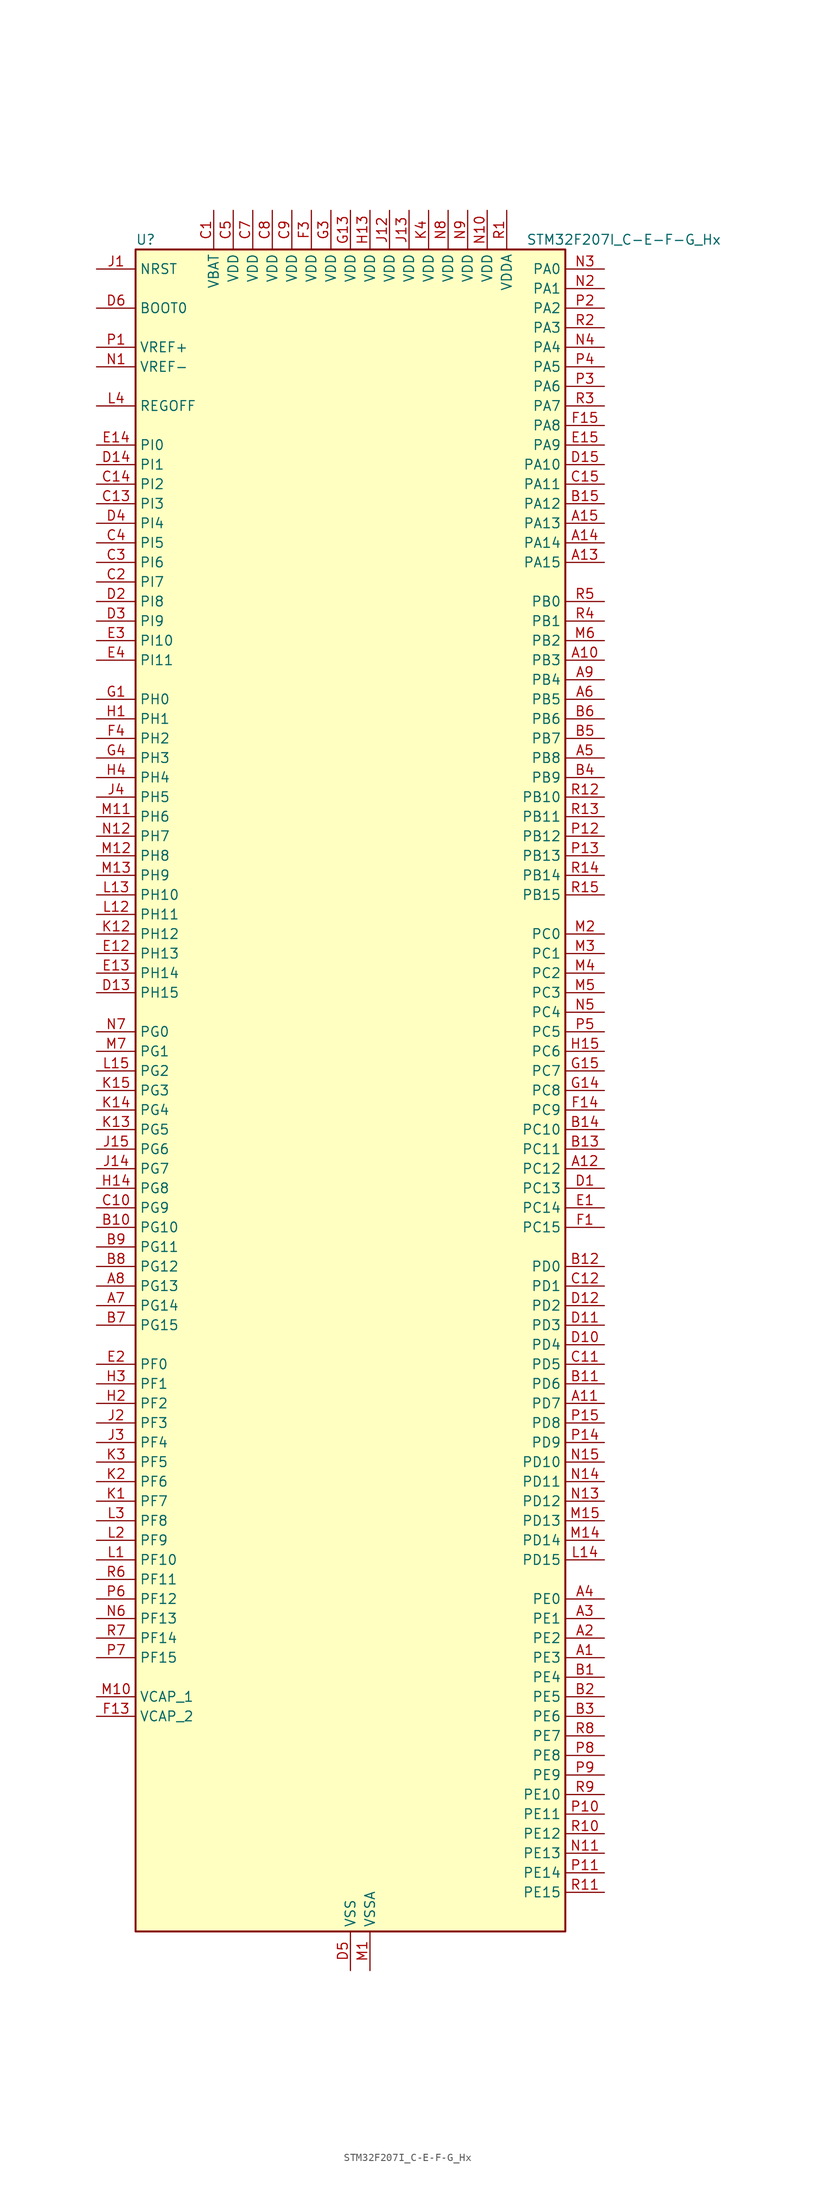
<source format=kicad_sym>
(kicad_symbol_lib
  (version 20220914)
  (generator kicad_symbol_editor)
  (symbol "STM32F207I_C-E-F-G_Hx"
    (property "Reference" "U"
      (at -27.94 110.49 0)
      (effects (font (size 1.27 1.27)) (justify left)))
    (property "Value" "STM32F207I_C-E-F-G_Hx"
      (at 22.86 110.49 0)
      (effects (font (size 1.27 1.27)) (justify left)))
    (property "ki_locked" ""
      (at 0 0 0)
      (effects (font (size 1.27 1.27))))
    (symbol "STM32F207I_C-E-F-G_Hx_0_1"
      (rectangle (start -27.94 -109.22) (end 27.94 109.22) (stroke (width 0.254) (type default)) (fill (type background))))
    (symbol "STM32F207I_C-E-F-G_Hx_1_1"
      (pin bidirectional line (at 33.02 -73.66 180) (length 5.08) (name "PE3" (effects (font (size 1.27 1.27)))) (number "A1" (effects (font (size 1.27 1.27)))) (alternate "FSMC_A19" bidirectional line) (alternate "SYS_TRACED0" bidirectional line))
      (pin bidirectional line (at 33.02 55.88 180) (length 5.08) (name "PB3" (effects (font (size 1.27 1.27)))) (number "A10" (effects (font (size 1.27 1.27)))) (alternate "I2S3_SCK" bidirectional line) (alternate "SPI1_SCK" bidirectional line) (alternate "SPI3_SCK" bidirectional line) (alternate "SYS_JTDO-SWO" bidirectional line) (alternate "TIM2_CH2" bidirectional line))
      (pin bidirectional line (at 33.02 -40.64 180) (length 5.08) (name "PD7" (effects (font (size 1.27 1.27)))) (number "A11" (effects (font (size 1.27 1.27)))) (alternate "FSMC_NCE2" bidirectional line) (alternate "FSMC_NE1" bidirectional line) (alternate "USART2_CK" bidirectional line))
      (pin bidirectional line (at 33.02 -10.16 180) (length 5.08) (name "PC12" (effects (font (size 1.27 1.27)))) (number "A12" (effects (font (size 1.27 1.27)))) (alternate "DCMI_D9" bidirectional line) (alternate "I2S3_SD" bidirectional line) (alternate "SDIO_CK" bidirectional line) (alternate "SPI3_MOSI" bidirectional line) (alternate "UART5_TX" bidirectional line) (alternate "USART3_CK" bidirectional line))
      (pin bidirectional line (at 33.02 68.58 180) (length 5.08) (name "PA15" (effects (font (size 1.27 1.27)))) (number "A13" (effects (font (size 1.27 1.27)))) (alternate "ADC1_EXTI15" bidirectional line) (alternate "ADC2_EXTI15" bidirectional line) (alternate "ADC3_EXTI15" bidirectional line) (alternate "I2S3_WS" bidirectional line) (alternate "SPI1_NSS" bidirectional line) (alternate "SPI3_NSS" bidirectional line) (alternate "SYS_JTDI" bidirectional line) (alternate "TIM2_CH1" bidirectional line) (alternate "TIM2_ETR" bidirectional line))
      (pin bidirectional line (at 33.02 71.12 180) (length 5.08) (name "PA14" (effects (font (size 1.27 1.27)))) (number "A14" (effects (font (size 1.27 1.27)))) (alternate "SYS_JTCK-SWCLK" bidirectional line))
      (pin bidirectional line (at 33.02 73.66 180) (length 5.08) (name "PA13" (effects (font (size 1.27 1.27)))) (number "A15" (effects (font (size 1.27 1.27)))) (alternate "SYS_JTMS-SWDIO" bidirectional line))
      (pin bidirectional line (at 33.02 -71.12 180) (length 5.08) (name "PE2" (effects (font (size 1.27 1.27)))) (number "A2" (effects (font (size 1.27 1.27)))) (alternate "ETH_TXD3" bidirectional line) (alternate "FSMC_A23" bidirectional line) (alternate "SYS_TRACECLK" bidirectional line))
      (pin bidirectional line (at 33.02 -68.58 180) (length 5.08) (name "PE1" (effects (font (size 1.27 1.27)))) (number "A3" (effects (font (size 1.27 1.27)))) (alternate "DCMI_D3" bidirectional line) (alternate "FSMC_NBL1" bidirectional line))
      (pin bidirectional line (at 33.02 -66.04 180) (length 5.08) (name "PE0" (effects (font (size 1.27 1.27)))) (number "A4" (effects (font (size 1.27 1.27)))) (alternate "DCMI_D2" bidirectional line) (alternate "FSMC_NBL0" bidirectional line) (alternate "TIM4_ETR" bidirectional line))
      (pin bidirectional line (at 33.02 43.18 180) (length 5.08) (name "PB8" (effects (font (size 1.27 1.27)))) (number "A5" (effects (font (size 1.27 1.27)))) (alternate "CAN1_RX" bidirectional line) (alternate "DCMI_D6" bidirectional line) (alternate "ETH_TXD3" bidirectional line) (alternate "I2C1_SCL" bidirectional line) (alternate "SDIO_D4" bidirectional line) (alternate "TIM10_CH1" bidirectional line) (alternate "TIM4_CH3" bidirectional line))
      (pin bidirectional line (at 33.02 50.8 180) (length 5.08) (name "PB5" (effects (font (size 1.27 1.27)))) (number "A6" (effects (font (size 1.27 1.27)))) (alternate "CAN2_RX" bidirectional line) (alternate "DCMI_D10" bidirectional line) (alternate "ETH_PPS_OUT" bidirectional line) (alternate "I2C1_SMBA" bidirectional line) (alternate "I2S3_SD" bidirectional line) (alternate "SPI1_MOSI" bidirectional line) (alternate "SPI3_MOSI" bidirectional line) (alternate "TIM3_CH2" bidirectional line) (alternate "USB_OTG_HS_ULPI_D7" bidirectional line))
      (pin bidirectional line (at -33.02 -27.94 0) (length 5.08) (name "PG14" (effects (font (size 1.27 1.27)))) (number "A7" (effects (font (size 1.27 1.27)))) (alternate "ETH_TXD1" bidirectional line) (alternate "FSMC_A25" bidirectional line) (alternate "USART6_TX" bidirectional line))
      (pin bidirectional line (at -33.02 -25.4 0) (length 5.08) (name "PG13" (effects (font (size 1.27 1.27)))) (number "A8" (effects (font (size 1.27 1.27)))) (alternate "ETH_TXD0" bidirectional line) (alternate "FSMC_A24" bidirectional line) (alternate "USART6_CTS" bidirectional line))
      (pin bidirectional line (at 33.02 53.34 180) (length 5.08) (name "PB4" (effects (font (size 1.27 1.27)))) (number "A9" (effects (font (size 1.27 1.27)))) (alternate "SPI1_MISO" bidirectional line) (alternate "SPI3_MISO" bidirectional line) (alternate "SYS_JTRST" bidirectional line) (alternate "TIM3_CH1" bidirectional line))
      (pin bidirectional line (at 33.02 -76.2 180) (length 5.08) (name "PE4" (effects (font (size 1.27 1.27)))) (number "B1" (effects (font (size 1.27 1.27)))) (alternate "DCMI_D4" bidirectional line) (alternate "FSMC_A20" bidirectional line) (alternate "SYS_TRACED1" bidirectional line))
      (pin bidirectional line (at -33.02 -17.78 0) (length 5.08) (name "PG10" (effects (font (size 1.27 1.27)))) (number "B10" (effects (font (size 1.27 1.27)))) (alternate "FSMC_NCE4_1" bidirectional line) (alternate "FSMC_NE3" bidirectional line))
      (pin bidirectional line (at 33.02 -38.1 180) (length 5.08) (name "PD6" (effects (font (size 1.27 1.27)))) (number "B11" (effects (font (size 1.27 1.27)))) (alternate "FSMC_NWAIT" bidirectional line) (alternate "USART2_RX" bidirectional line))
      (pin bidirectional line (at 33.02 -22.86 180) (length 5.08) (name "PD0" (effects (font (size 1.27 1.27)))) (number "B12" (effects (font (size 1.27 1.27)))) (alternate "CAN1_RX" bidirectional line) (alternate "FSMC_D2" bidirectional line) (alternate "FSMC_DA2" bidirectional line))
      (pin bidirectional line (at 33.02 -7.62 180) (length 5.08) (name "PC11" (effects (font (size 1.27 1.27)))) (number "B13" (effects (font (size 1.27 1.27)))) (alternate "ADC1_EXTI11" bidirectional line) (alternate "ADC2_EXTI11" bidirectional line) (alternate "ADC3_EXTI11" bidirectional line) (alternate "DCMI_D4" bidirectional line) (alternate "SDIO_D3" bidirectional line) (alternate "SPI3_MISO" bidirectional line) (alternate "UART4_RX" bidirectional line) (alternate "USART3_RX" bidirectional line))
      (pin bidirectional line (at 33.02 -5.08 180) (length 5.08) (name "PC10" (effects (font (size 1.27 1.27)))) (number "B14" (effects (font (size 1.27 1.27)))) (alternate "DCMI_D8" bidirectional line) (alternate "I2S3_SCK" bidirectional line) (alternate "SDIO_D2" bidirectional line) (alternate "SPI3_SCK" bidirectional line) (alternate "UART4_TX" bidirectional line) (alternate "USART3_TX" bidirectional line))
      (pin bidirectional line (at 33.02 76.2 180) (length 5.08) (name "PA12" (effects (font (size 1.27 1.27)))) (number "B15" (effects (font (size 1.27 1.27)))) (alternate "CAN1_TX" bidirectional line) (alternate "TIM1_ETR" bidirectional line) (alternate "USART1_RTS" bidirectional line) (alternate "USB_OTG_FS_DP" bidirectional line))
      (pin bidirectional line (at 33.02 -78.74 180) (length 5.08) (name "PE5" (effects (font (size 1.27 1.27)))) (number "B2" (effects (font (size 1.27 1.27)))) (alternate "DCMI_D6" bidirectional line) (alternate "FSMC_A21" bidirectional line) (alternate "SYS_TRACED2" bidirectional line) (alternate "TIM9_CH1" bidirectional line))
      (pin bidirectional line (at 33.02 -81.28 180) (length 5.08) (name "PE6" (effects (font (size 1.27 1.27)))) (number "B3" (effects (font (size 1.27 1.27)))) (alternate "DCMI_D7" bidirectional line) (alternate "FSMC_A22" bidirectional line) (alternate "SYS_TRACED3" bidirectional line) (alternate "TIM9_CH2" bidirectional line))
      (pin bidirectional line (at 33.02 40.64 180) (length 5.08) (name "PB9" (effects (font (size 1.27 1.27)))) (number "B4" (effects (font (size 1.27 1.27)))) (alternate "CAN1_TX" bidirectional line) (alternate "DAC_EXTI9" bidirectional line) (alternate "DCMI_D7" bidirectional line) (alternate "I2C1_SDA" bidirectional line) (alternate "I2S2_WS" bidirectional line) (alternate "SDIO_D5" bidirectional line) (alternate "SPI2_NSS" bidirectional line) (alternate "TIM11_CH1" bidirectional line) (alternate "TIM4_CH4" bidirectional line))
      (pin bidirectional line (at 33.02 45.72 180) (length 5.08) (name "PB7" (effects (font (size 1.27 1.27)))) (number "B5" (effects (font (size 1.27 1.27)))) (alternate "DCMI_VSYNC" bidirectional line) (alternate "FSMC_NL" bidirectional line) (alternate "I2C1_SDA" bidirectional line) (alternate "TIM4_CH2" bidirectional line) (alternate "USART1_RX" bidirectional line))
      (pin bidirectional line (at 33.02 48.26 180) (length 5.08) (name "PB6" (effects (font (size 1.27 1.27)))) (number "B6" (effects (font (size 1.27 1.27)))) (alternate "CAN2_TX" bidirectional line) (alternate "DCMI_D5" bidirectional line) (alternate "I2C1_SCL" bidirectional line) (alternate "TIM4_CH1" bidirectional line) (alternate "USART1_TX" bidirectional line))
      (pin bidirectional line (at -33.02 -30.48 0) (length 5.08) (name "PG15" (effects (font (size 1.27 1.27)))) (number "B7" (effects (font (size 1.27 1.27)))) (alternate "ADC1_EXTI15" bidirectional line) (alternate "ADC2_EXTI15" bidirectional line) (alternate "ADC3_EXTI15" bidirectional line) (alternate "DCMI_D13" bidirectional line) (alternate "USART6_CTS" bidirectional line))
      (pin bidirectional line (at -33.02 -22.86 0) (length 5.08) (name "PG12" (effects (font (size 1.27 1.27)))) (number "B8" (effects (font (size 1.27 1.27)))) (alternate "FSMC_NE4" bidirectional line) (alternate "USART6_RTS" bidirectional line))
      (pin bidirectional line (at -33.02 -20.32 0) (length 5.08) (name "PG11" (effects (font (size 1.27 1.27)))) (number "B9" (effects (font (size 1.27 1.27)))) (alternate "ADC1_EXTI11" bidirectional line) (alternate "ADC2_EXTI11" bidirectional line) (alternate "ADC3_EXTI11" bidirectional line) (alternate "ETH_TX_EN" bidirectional line) (alternate "FSMC_NCE4_2" bidirectional line))
      (pin power_in line (at -17.78 114.3 270) (length 5.08) (name "VBAT" (effects (font (size 1.27 1.27)))) (number "C1" (effects (font (size 1.27 1.27)))))
      (pin bidirectional line (at -33.02 -15.24 0) (length 5.08) (name "PG9" (effects (font (size 1.27 1.27)))) (number "C10" (effects (font (size 1.27 1.27)))) (alternate "DAC_EXTI9" bidirectional line) (alternate "FSMC_NCE3" bidirectional line) (alternate "FSMC_NE2" bidirectional line) (alternate "USART6_RX" bidirectional line))
      (pin bidirectional line (at 33.02 -35.56 180) (length 5.08) (name "PD5" (effects (font (size 1.27 1.27)))) (number "C11" (effects (font (size 1.27 1.27)))) (alternate "FSMC_NWE" bidirectional line) (alternate "USART2_TX" bidirectional line))
      (pin bidirectional line (at 33.02 -25.4 180) (length 5.08) (name "PD1" (effects (font (size 1.27 1.27)))) (number "C12" (effects (font (size 1.27 1.27)))) (alternate "CAN1_TX" bidirectional line) (alternate "FSMC_D3" bidirectional line) (alternate "FSMC_DA3" bidirectional line))
      (pin bidirectional line (at -33.02 76.2 0) (length 5.08) (name "PI3" (effects (font (size 1.27 1.27)))) (number "C13" (effects (font (size 1.27 1.27)))) (alternate "DCMI_D10" bidirectional line) (alternate "I2S2_SD" bidirectional line) (alternate "SPI2_MOSI" bidirectional line) (alternate "TIM8_ETR" bidirectional line))
      (pin bidirectional line (at -33.02 78.74 0) (length 5.08) (name "PI2" (effects (font (size 1.27 1.27)))) (number "C14" (effects (font (size 1.27 1.27)))) (alternate "DCMI_D9" bidirectional line) (alternate "SPI2_MISO" bidirectional line) (alternate "TIM8_CH4" bidirectional line))
      (pin bidirectional line (at 33.02 78.74 180) (length 5.08) (name "PA11" (effects (font (size 1.27 1.27)))) (number "C15" (effects (font (size 1.27 1.27)))) (alternate "ADC1_EXTI11" bidirectional line) (alternate "ADC2_EXTI11" bidirectional line) (alternate "ADC3_EXTI11" bidirectional line) (alternate "CAN1_RX" bidirectional line) (alternate "TIM1_CH4" bidirectional line) (alternate "USART1_CTS" bidirectional line) (alternate "USB_OTG_FS_DM" bidirectional line))
      (pin bidirectional line (at -33.02 66.04 0) (length 5.08) (name "PI7" (effects (font (size 1.27 1.27)))) (number "C2" (effects (font (size 1.27 1.27)))) (alternate "DCMI_D7" bidirectional line) (alternate "TIM8_CH3" bidirectional line))
      (pin bidirectional line (at -33.02 68.58 0) (length 5.08) (name "PI6" (effects (font (size 1.27 1.27)))) (number "C3" (effects (font (size 1.27 1.27)))) (alternate "DCMI_D6" bidirectional line) (alternate "TIM8_CH2" bidirectional line))
      (pin bidirectional line (at -33.02 71.12 0) (length 5.08) (name "PI5" (effects (font (size 1.27 1.27)))) (number "C4" (effects (font (size 1.27 1.27)))) (alternate "DCMI_VSYNC" bidirectional line) (alternate "TIM8_CH1" bidirectional line))
      (pin power_in line (at -15.24 114.3 270) (length 5.08) (name "VDD" (effects (font (size 1.27 1.27)))) (number "C5" (effects (font (size 1.27 1.27)))))
      (pin no_connect line (at -27.94 -109.22 0) (length 5.08) hide (name "RFU" (effects (font (size 1.27 1.27)))) (number "C6" (effects (font (size 1.27 1.27)))))
      (pin power_in line (at -12.7 114.3 270) (length 5.08) (name "VDD" (effects (font (size 1.27 1.27)))) (number "C7" (effects (font (size 1.27 1.27)))))
      (pin power_in line (at -10.16 114.3 270) (length 5.08) (name "VDD" (effects (font (size 1.27 1.27)))) (number "C8" (effects (font (size 1.27 1.27)))))
      (pin power_in line (at -7.62 114.3 270) (length 5.08) (name "VDD" (effects (font (size 1.27 1.27)))) (number "C9" (effects (font (size 1.27 1.27)))))
      (pin bidirectional line (at 33.02 -12.7 180) (length 5.08) (name "PC13" (effects (font (size 1.27 1.27)))) (number "D1" (effects (font (size 1.27 1.27)))) (alternate "RTC_AF1" bidirectional line))
      (pin bidirectional line (at 33.02 -33.02 180) (length 5.08) (name "PD4" (effects (font (size 1.27 1.27)))) (number "D10" (effects (font (size 1.27 1.27)))) (alternate "FSMC_NOE" bidirectional line) (alternate "USART2_RTS" bidirectional line))
      (pin bidirectional line (at 33.02 -30.48 180) (length 5.08) (name "PD3" (effects (font (size 1.27 1.27)))) (number "D11" (effects (font (size 1.27 1.27)))) (alternate "FSMC_CLK" bidirectional line) (alternate "USART2_CTS" bidirectional line))
      (pin bidirectional line (at 33.02 -27.94 180) (length 5.08) (name "PD2" (effects (font (size 1.27 1.27)))) (number "D12" (effects (font (size 1.27 1.27)))) (alternate "DCMI_D11" bidirectional line) (alternate "SDIO_CMD" bidirectional line) (alternate "TIM3_ETR" bidirectional line) (alternate "UART5_RX" bidirectional line))
      (pin bidirectional line (at -33.02 12.7 0) (length 5.08) (name "PH15" (effects (font (size 1.27 1.27)))) (number "D13" (effects (font (size 1.27 1.27)))) (alternate "ADC1_EXTI15" bidirectional line) (alternate "ADC2_EXTI15" bidirectional line) (alternate "ADC3_EXTI15" bidirectional line) (alternate "DCMI_D11" bidirectional line) (alternate "TIM8_CH3N" bidirectional line))
      (pin bidirectional line (at -33.02 81.28 0) (length 5.08) (name "PI1" (effects (font (size 1.27 1.27)))) (number "D14" (effects (font (size 1.27 1.27)))) (alternate "DCMI_D8" bidirectional line) (alternate "I2S2_SCK" bidirectional line) (alternate "SPI2_SCK" bidirectional line))
      (pin bidirectional line (at 33.02 81.28 180) (length 5.08) (name "PA10" (effects (font (size 1.27 1.27)))) (number "D15" (effects (font (size 1.27 1.27)))) (alternate "DCMI_D1" bidirectional line) (alternate "TIM1_CH3" bidirectional line) (alternate "USART1_RX" bidirectional line) (alternate "USB_OTG_FS_ID" bidirectional line))
      (pin bidirectional line (at -33.02 63.5 0) (length 5.08) (name "PI8" (effects (font (size 1.27 1.27)))) (number "D2" (effects (font (size 1.27 1.27)))) (alternate "RTC_AF2" bidirectional line))
      (pin bidirectional line (at -33.02 60.96 0) (length 5.08) (name "PI9" (effects (font (size 1.27 1.27)))) (number "D3" (effects (font (size 1.27 1.27)))) (alternate "CAN1_RX" bidirectional line) (alternate "DAC_EXTI9" bidirectional line))
      (pin bidirectional line (at -33.02 73.66 0) (length 5.08) (name "PI4" (effects (font (size 1.27 1.27)))) (number "D4" (effects (font (size 1.27 1.27)))) (alternate "DCMI_D5" bidirectional line) (alternate "TIM8_BKIN" bidirectional line))
      (pin power_in line (at 0 -114.3 90) (length 5.08) (name "VSS" (effects (font (size 1.27 1.27)))) (number "D5" (effects (font (size 1.27 1.27)))))
      (pin input line (at -33.02 101.6 0) (length 5.08) (name "BOOT0" (effects (font (size 1.27 1.27)))) (number "D6" (effects (font (size 1.27 1.27)))))
      (pin passive line (at 0 -114.3 90) (length 5.08) hide (name "VSS" (effects (font (size 1.27 1.27)))) (number "D7" (effects (font (size 1.27 1.27)))))
      (pin passive line (at 0 -114.3 90) (length 5.08) hide (name "VSS" (effects (font (size 1.27 1.27)))) (number "D8" (effects (font (size 1.27 1.27)))))
      (pin passive line (at 0 -114.3 90) (length 5.08) hide (name "VSS" (effects (font (size 1.27 1.27)))) (number "D9" (effects (font (size 1.27 1.27)))))
      (pin bidirectional line (at 33.02 -15.24 180) (length 5.08) (name "PC14" (effects (font (size 1.27 1.27)))) (number "E1" (effects (font (size 1.27 1.27)))) (alternate "RCC_OSC32_IN" bidirectional line))
      (pin bidirectional line (at -33.02 17.78 0) (length 5.08) (name "PH13" (effects (font (size 1.27 1.27)))) (number "E12" (effects (font (size 1.27 1.27)))) (alternate "CAN1_TX" bidirectional line) (alternate "TIM8_CH1N" bidirectional line))
      (pin bidirectional line (at -33.02 15.24 0) (length 5.08) (name "PH14" (effects (font (size 1.27 1.27)))) (number "E13" (effects (font (size 1.27 1.27)))) (alternate "DCMI_D4" bidirectional line) (alternate "TIM8_CH2N" bidirectional line))
      (pin bidirectional line (at -33.02 83.82 0) (length 5.08) (name "PI0" (effects (font (size 1.27 1.27)))) (number "E14" (effects (font (size 1.27 1.27)))) (alternate "DCMI_D13" bidirectional line) (alternate "I2S2_WS" bidirectional line) (alternate "SPI2_NSS" bidirectional line) (alternate "TIM5_CH4" bidirectional line))
      (pin bidirectional line (at 33.02 83.82 180) (length 5.08) (name "PA9" (effects (font (size 1.27 1.27)))) (number "E15" (effects (font (size 1.27 1.27)))) (alternate "DAC_EXTI9" bidirectional line) (alternate "DCMI_D0" bidirectional line) (alternate "I2C3_SMBA" bidirectional line) (alternate "TIM1_CH2" bidirectional line) (alternate "USART1_TX" bidirectional line) (alternate "USB_OTG_FS_VBUS" bidirectional line))
      (pin bidirectional line (at -33.02 -35.56 0) (length 5.08) (name "PF0" (effects (font (size 1.27 1.27)))) (number "E2" (effects (font (size 1.27 1.27)))) (alternate "FSMC_A0" bidirectional line) (alternate "I2C2_SDA" bidirectional line))
      (pin bidirectional line (at -33.02 58.42 0) (length 5.08) (name "PI10" (effects (font (size 1.27 1.27)))) (number "E3" (effects (font (size 1.27 1.27)))) (alternate "ETH_RX_ER" bidirectional line))
      (pin bidirectional line (at -33.02 55.88 0) (length 5.08) (name "PI11" (effects (font (size 1.27 1.27)))) (number "E4" (effects (font (size 1.27 1.27)))) (alternate "ADC1_EXTI11" bidirectional line) (alternate "ADC2_EXTI11" bidirectional line) (alternate "ADC3_EXTI11" bidirectional line) (alternate "USB_OTG_HS_ULPI_DIR" bidirectional line))
      (pin bidirectional line (at 33.02 -17.78 180) (length 5.08) (name "PC15" (effects (font (size 1.27 1.27)))) (number "F1" (effects (font (size 1.27 1.27)))) (alternate "ADC1_EXTI15" bidirectional line) (alternate "ADC2_EXTI15" bidirectional line) (alternate "ADC3_EXTI15" bidirectional line) (alternate "RCC_OSC32_OUT" bidirectional line))
      (pin passive line (at 0 -114.3 90) (length 5.08) hide (name "VSS" (effects (font (size 1.27 1.27)))) (number "F10" (effects (font (size 1.27 1.27)))))
      (pin passive line (at 0 -114.3 90) (length 5.08) hide (name "VSS" (effects (font (size 1.27 1.27)))) (number "F12" (effects (font (size 1.27 1.27)))))
      (pin power_out line (at -33.02 -81.28 0) (length 5.08) (name "VCAP_2" (effects (font (size 1.27 1.27)))) (number "F13" (effects (font (size 1.27 1.27)))))
      (pin bidirectional line (at 33.02 -2.54 180) (length 5.08) (name "PC9" (effects (font (size 1.27 1.27)))) (number "F14" (effects (font (size 1.27 1.27)))) (alternate "DAC_EXTI9" bidirectional line) (alternate "DCMI_D3" bidirectional line) (alternate "I2C3_SDA" bidirectional line) (alternate "I2S_CKIN" bidirectional line) (alternate "RCC_MCO_2" bidirectional line) (alternate "SDIO_D1" bidirectional line) (alternate "TIM3_CH4" bidirectional line) (alternate "TIM8_CH4" bidirectional line))
      (pin bidirectional line (at 33.02 86.36 180) (length 5.08) (name "PA8" (effects (font (size 1.27 1.27)))) (number "F15" (effects (font (size 1.27 1.27)))) (alternate "I2C3_SCL" bidirectional line) (alternate "RCC_MCO_1" bidirectional line) (alternate "TIM1_CH1" bidirectional line) (alternate "USART1_CK" bidirectional line) (alternate "USB_OTG_FS_SOF" bidirectional line))
      (pin passive line (at 0 -114.3 90) (length 5.08) hide (name "VSS" (effects (font (size 1.27 1.27)))) (number "F2" (effects (font (size 1.27 1.27)))))
      (pin power_in line (at -5.08 114.3 270) (length 5.08) (name "VDD" (effects (font (size 1.27 1.27)))) (number "F3" (effects (font (size 1.27 1.27)))))
      (pin bidirectional line (at -33.02 45.72 0) (length 5.08) (name "PH2" (effects (font (size 1.27 1.27)))) (number "F4" (effects (font (size 1.27 1.27)))) (alternate "ETH_CRS" bidirectional line))
      (pin passive line (at 0 -114.3 90) (length 5.08) hide (name "VSS" (effects (font (size 1.27 1.27)))) (number "F6" (effects (font (size 1.27 1.27)))))
      (pin passive line (at 0 -114.3 90) (length 5.08) hide (name "VSS" (effects (font (size 1.27 1.27)))) (number "F7" (effects (font (size 1.27 1.27)))))
      (pin passive line (at 0 -114.3 90) (length 5.08) hide (name "VSS" (effects (font (size 1.27 1.27)))) (number "F8" (effects (font (size 1.27 1.27)))))
      (pin passive line (at 0 -114.3 90) (length 5.08) hide (name "VSS" (effects (font (size 1.27 1.27)))) (number "F9" (effects (font (size 1.27 1.27)))))
      (pin bidirectional line (at -33.02 50.8 0) (length 5.08) (name "PH0" (effects (font (size 1.27 1.27)))) (number "G1" (effects (font (size 1.27 1.27)))) (alternate "RCC_OSC_IN" bidirectional line))
      (pin passive line (at 0 -114.3 90) (length 5.08) hide (name "VSS" (effects (font (size 1.27 1.27)))) (number "G10" (effects (font (size 1.27 1.27)))))
      (pin passive line (at 0 -114.3 90) (length 5.08) hide (name "VSS" (effects (font (size 1.27 1.27)))) (number "G12" (effects (font (size 1.27 1.27)))))
      (pin power_in line (at 0 114.3 270) (length 5.08) (name "VDD" (effects (font (size 1.27 1.27)))) (number "G13" (effects (font (size 1.27 1.27)))))
      (pin bidirectional line (at 33.02 0 180) (length 5.08) (name "PC8" (effects (font (size 1.27 1.27)))) (number "G14" (effects (font (size 1.27 1.27)))) (alternate "DCMI_D2" bidirectional line) (alternate "SDIO_D0" bidirectional line) (alternate "TIM3_CH3" bidirectional line) (alternate "TIM8_CH3" bidirectional line) (alternate "USART6_CK" bidirectional line))
      (pin bidirectional line (at 33.02 2.54 180) (length 5.08) (name "PC7" (effects (font (size 1.27 1.27)))) (number "G15" (effects (font (size 1.27 1.27)))) (alternate "DCMI_D1" bidirectional line) (alternate "I2S3_MCK" bidirectional line) (alternate "SDIO_D7" bidirectional line) (alternate "TIM3_CH2" bidirectional line) (alternate "TIM8_CH2" bidirectional line) (alternate "USART6_RX" bidirectional line))
      (pin passive line (at 0 -114.3 90) (length 5.08) hide (name "VSS" (effects (font (size 1.27 1.27)))) (number "G2" (effects (font (size 1.27 1.27)))))
      (pin power_in line (at -2.54 114.3 270) (length 5.08) (name "VDD" (effects (font (size 1.27 1.27)))) (number "G3" (effects (font (size 1.27 1.27)))))
      (pin bidirectional line (at -33.02 43.18 0) (length 5.08) (name "PH3" (effects (font (size 1.27 1.27)))) (number "G4" (effects (font (size 1.27 1.27)))) (alternate "ETH_COL" bidirectional line))
      (pin passive line (at 0 -114.3 90) (length 5.08) hide (name "VSS" (effects (font (size 1.27 1.27)))) (number "G6" (effects (font (size 1.27 1.27)))))
      (pin passive line (at 0 -114.3 90) (length 5.08) hide (name "VSS" (effects (font (size 1.27 1.27)))) (number "G7" (effects (font (size 1.27 1.27)))))
      (pin passive line (at 0 -114.3 90) (length 5.08) hide (name "VSS" (effects (font (size 1.27 1.27)))) (number "G8" (effects (font (size 1.27 1.27)))))
      (pin passive line (at 0 -114.3 90) (length 5.08) hide (name "VSS" (effects (font (size 1.27 1.27)))) (number "G9" (effects (font (size 1.27 1.27)))))
      (pin bidirectional line (at -33.02 48.26 0) (length 5.08) (name "PH1" (effects (font (size 1.27 1.27)))) (number "H1" (effects (font (size 1.27 1.27)))) (alternate "RCC_OSC_OUT" bidirectional line))
      (pin passive line (at 0 -114.3 90) (length 5.08) hide (name "VSS" (effects (font (size 1.27 1.27)))) (number "H10" (effects (font (size 1.27 1.27)))))
      (pin passive line (at 0 -114.3 90) (length 5.08) hide (name "VSS" (effects (font (size 1.27 1.27)))) (number "H12" (effects (font (size 1.27 1.27)))))
      (pin power_in line (at 2.54 114.3 270) (length 5.08) (name "VDD" (effects (font (size 1.27 1.27)))) (number "H13" (effects (font (size 1.27 1.27)))))
      (pin bidirectional line (at -33.02 -12.7 0) (length 5.08) (name "PG8" (effects (font (size 1.27 1.27)))) (number "H14" (effects (font (size 1.27 1.27)))) (alternate "ETH_PPS_OUT" bidirectional line) (alternate "USART6_RTS" bidirectional line))
      (pin bidirectional line (at 33.02 5.08 180) (length 5.08) (name "PC6" (effects (font (size 1.27 1.27)))) (number "H15" (effects (font (size 1.27 1.27)))) (alternate "DCMI_D0" bidirectional line) (alternate "I2S2_MCK" bidirectional line) (alternate "SDIO_D6" bidirectional line) (alternate "TIM3_CH1" bidirectional line) (alternate "TIM8_CH1" bidirectional line) (alternate "USART6_TX" bidirectional line))
      (pin bidirectional line (at -33.02 -40.64 0) (length 5.08) (name "PF2" (effects (font (size 1.27 1.27)))) (number "H2" (effects (font (size 1.27 1.27)))) (alternate "FSMC_A2" bidirectional line) (alternate "I2C2_SMBA" bidirectional line))
      (pin bidirectional line (at -33.02 -38.1 0) (length 5.08) (name "PF1" (effects (font (size 1.27 1.27)))) (number "H3" (effects (font (size 1.27 1.27)))) (alternate "FSMC_A1" bidirectional line) (alternate "I2C2_SCL" bidirectional line))
      (pin bidirectional line (at -33.02 40.64 0) (length 5.08) (name "PH4" (effects (font (size 1.27 1.27)))) (number "H4" (effects (font (size 1.27 1.27)))) (alternate "I2C2_SCL" bidirectional line) (alternate "USB_OTG_HS_ULPI_NXT" bidirectional line))
      (pin passive line (at 0 -114.3 90) (length 5.08) hide (name "VSS" (effects (font (size 1.27 1.27)))) (number "H6" (effects (font (size 1.27 1.27)))))
      (pin passive line (at 0 -114.3 90) (length 5.08) hide (name "VSS" (effects (font (size 1.27 1.27)))) (number "H7" (effects (font (size 1.27 1.27)))))
      (pin passive line (at 0 -114.3 90) (length 5.08) hide (name "VSS" (effects (font (size 1.27 1.27)))) (number "H8" (effects (font (size 1.27 1.27)))))
      (pin passive line (at 0 -114.3 90) (length 5.08) hide (name "VSS" (effects (font (size 1.27 1.27)))) (number "H9" (effects (font (size 1.27 1.27)))))
      (pin input line (at -33.02 106.68 0) (length 5.08) (name "NRST" (effects (font (size 1.27 1.27)))) (number "J1" (effects (font (size 1.27 1.27)))))
      (pin passive line (at 0 -114.3 90) (length 5.08) hide (name "VSS" (effects (font (size 1.27 1.27)))) (number "J10" (effects (font (size 1.27 1.27)))))
      (pin power_in line (at 5.08 114.3 270) (length 5.08) (name "VDD" (effects (font (size 1.27 1.27)))) (number "J12" (effects (font (size 1.27 1.27)))))
      (pin power_in line (at 7.62 114.3 270) (length 5.08) (name "VDD" (effects (font (size 1.27 1.27)))) (number "J13" (effects (font (size 1.27 1.27)))))
      (pin bidirectional line (at -33.02 -10.16 0) (length 5.08) (name "PG7" (effects (font (size 1.27 1.27)))) (number "J14" (effects (font (size 1.27 1.27)))) (alternate "FSMC_INT3" bidirectional line) (alternate "USART6_CK" bidirectional line))
      (pin bidirectional line (at -33.02 -7.62 0) (length 5.08) (name "PG6" (effects (font (size 1.27 1.27)))) (number "J15" (effects (font (size 1.27 1.27)))) (alternate "FSMC_INT2" bidirectional line))
      (pin bidirectional line (at -33.02 -43.18 0) (length 5.08) (name "PF3" (effects (font (size 1.27 1.27)))) (number "J2" (effects (font (size 1.27 1.27)))) (alternate "ADC3_IN9" bidirectional line) (alternate "FSMC_A3" bidirectional line))
      (pin bidirectional line (at -33.02 -45.72 0) (length 5.08) (name "PF4" (effects (font (size 1.27 1.27)))) (number "J3" (effects (font (size 1.27 1.27)))) (alternate "ADC3_IN14" bidirectional line) (alternate "FSMC_A4" bidirectional line))
      (pin bidirectional line (at -33.02 38.1 0) (length 5.08) (name "PH5" (effects (font (size 1.27 1.27)))) (number "J4" (effects (font (size 1.27 1.27)))) (alternate "I2C2_SDA" bidirectional line))
      (pin passive line (at 0 -114.3 90) (length 5.08) hide (name "VSS" (effects (font (size 1.27 1.27)))) (number "J6" (effects (font (size 1.27 1.27)))))
      (pin passive line (at 0 -114.3 90) (length 5.08) hide (name "VSS" (effects (font (size 1.27 1.27)))) (number "J7" (effects (font (size 1.27 1.27)))))
      (pin passive line (at 0 -114.3 90) (length 5.08) hide (name "VSS" (effects (font (size 1.27 1.27)))) (number "J8" (effects (font (size 1.27 1.27)))))
      (pin passive line (at 0 -114.3 90) (length 5.08) hide (name "VSS" (effects (font (size 1.27 1.27)))) (number "J9" (effects (font (size 1.27 1.27)))))
      (pin bidirectional line (at -33.02 -53.34 0) (length 5.08) (name "PF7" (effects (font (size 1.27 1.27)))) (number "K1" (effects (font (size 1.27 1.27)))) (alternate "ADC3_IN5" bidirectional line) (alternate "FSMC_NREG" bidirectional line) (alternate "TIM11_CH1" bidirectional line))
      (pin passive line (at 0 -114.3 90) (length 5.08) hide (name "VSS" (effects (font (size 1.27 1.27)))) (number "K10" (effects (font (size 1.27 1.27)))))
      (pin bidirectional line (at -33.02 20.32 0) (length 5.08) (name "PH12" (effects (font (size 1.27 1.27)))) (number "K12" (effects (font (size 1.27 1.27)))) (alternate "DCMI_D3" bidirectional line) (alternate "TIM5_CH3" bidirectional line))
      (pin bidirectional line (at -33.02 -5.08 0) (length 5.08) (name "PG5" (effects (font (size 1.27 1.27)))) (number "K13" (effects (font (size 1.27 1.27)))) (alternate "FSMC_A15" bidirectional line))
      (pin bidirectional line (at -33.02 -2.54 0) (length 5.08) (name "PG4" (effects (font (size 1.27 1.27)))) (number "K14" (effects (font (size 1.27 1.27)))) (alternate "FSMC_A14" bidirectional line))
      (pin bidirectional line (at -33.02 0 0) (length 5.08) (name "PG3" (effects (font (size 1.27 1.27)))) (number "K15" (effects (font (size 1.27 1.27)))) (alternate "FSMC_A13" bidirectional line))
      (pin bidirectional line (at -33.02 -50.8 0) (length 5.08) (name "PF6" (effects (font (size 1.27 1.27)))) (number "K2" (effects (font (size 1.27 1.27)))) (alternate "ADC3_IN4" bidirectional line) (alternate "FSMC_NIORD" bidirectional line) (alternate "TIM10_CH1" bidirectional line))
      (pin bidirectional line (at -33.02 -48.26 0) (length 5.08) (name "PF5" (effects (font (size 1.27 1.27)))) (number "K3" (effects (font (size 1.27 1.27)))) (alternate "ADC3_IN15" bidirectional line) (alternate "FSMC_A5" bidirectional line))
      (pin power_in line (at 10.16 114.3 270) (length 5.08) (name "VDD" (effects (font (size 1.27 1.27)))) (number "K4" (effects (font (size 1.27 1.27)))))
      (pin passive line (at 0 -114.3 90) (length 5.08) hide (name "VSS" (effects (font (size 1.27 1.27)))) (number "K6" (effects (font (size 1.27 1.27)))))
      (pin passive line (at 0 -114.3 90) (length 5.08) hide (name "VSS" (effects (font (size 1.27 1.27)))) (number "K7" (effects (font (size 1.27 1.27)))))
      (pin passive line (at 0 -114.3 90) (length 5.08) hide (name "VSS" (effects (font (size 1.27 1.27)))) (number "K8" (effects (font (size 1.27 1.27)))))
      (pin passive line (at 0 -114.3 90) (length 5.08) hide (name "VSS" (effects (font (size 1.27 1.27)))) (number "K9" (effects (font (size 1.27 1.27)))))
      (pin bidirectional line (at -33.02 -60.96 0) (length 5.08) (name "PF10" (effects (font (size 1.27 1.27)))) (number "L1" (effects (font (size 1.27 1.27)))) (alternate "ADC3_IN8" bidirectional line) (alternate "FSMC_INTR" bidirectional line))
      (pin bidirectional line (at -33.02 22.86 0) (length 5.08) (name "PH11" (effects (font (size 1.27 1.27)))) (number "L12" (effects (font (size 1.27 1.27)))) (alternate "ADC1_EXTI11" bidirectional line) (alternate "ADC2_EXTI11" bidirectional line) (alternate "ADC3_EXTI11" bidirectional line) (alternate "DCMI_D2" bidirectional line) (alternate "TIM5_CH2" bidirectional line))
      (pin bidirectional line (at -33.02 25.4 0) (length 5.08) (name "PH10" (effects (font (size 1.27 1.27)))) (number "L13" (effects (font (size 1.27 1.27)))) (alternate "DCMI_D1" bidirectional line) (alternate "TIM5_CH1" bidirectional line))
      (pin bidirectional line (at 33.02 -60.96 180) (length 5.08) (name "PD15" (effects (font (size 1.27 1.27)))) (number "L14" (effects (font (size 1.27 1.27)))) (alternate "ADC1_EXTI15" bidirectional line) (alternate "ADC2_EXTI15" bidirectional line) (alternate "ADC3_EXTI15" bidirectional line) (alternate "FSMC_D1" bidirectional line) (alternate "FSMC_DA1" bidirectional line) (alternate "TIM4_CH4" bidirectional line))
      (pin bidirectional line (at -33.02 2.54 0) (length 5.08) (name "PG2" (effects (font (size 1.27 1.27)))) (number "L15" (effects (font (size 1.27 1.27)))) (alternate "FSMC_A12" bidirectional line))
      (pin bidirectional line (at -33.02 -58.42 0) (length 5.08) (name "PF9" (effects (font (size 1.27 1.27)))) (number "L2" (effects (font (size 1.27 1.27)))) (alternate "ADC3_IN7" bidirectional line) (alternate "DAC_EXTI9" bidirectional line) (alternate "FSMC_CD" bidirectional line) (alternate "TIM14_CH1" bidirectional line))
      (pin bidirectional line (at -33.02 -55.88 0) (length 5.08) (name "PF8" (effects (font (size 1.27 1.27)))) (number "L3" (effects (font (size 1.27 1.27)))) (alternate "ADC3_IN6" bidirectional line) (alternate "FSMC_NIOWR" bidirectional line) (alternate "TIM13_CH1" bidirectional line))
      (pin input line (at -33.02 88.9 0) (length 5.08) (name "REGOFF" (effects (font (size 1.27 1.27)))) (number "L4" (effects (font (size 1.27 1.27)))))
      (pin power_in line (at 2.54 -114.3 90) (length 5.08) (name "VSSA" (effects (font (size 1.27 1.27)))) (number "M1" (effects (font (size 1.27 1.27)))))
      (pin power_out line (at -33.02 -78.74 0) (length 5.08) (name "VCAP_1" (effects (font (size 1.27 1.27)))) (number "M10" (effects (font (size 1.27 1.27)))))
      (pin bidirectional line (at -33.02 35.56 0) (length 5.08) (name "PH6" (effects (font (size 1.27 1.27)))) (number "M11" (effects (font (size 1.27 1.27)))) (alternate "ETH_RXD2" bidirectional line) (alternate "I2C2_SMBA" bidirectional line) (alternate "TIM12_CH1" bidirectional line))
      (pin bidirectional line (at -33.02 30.48 0) (length 5.08) (name "PH8" (effects (font (size 1.27 1.27)))) (number "M12" (effects (font (size 1.27 1.27)))) (alternate "DCMI_HSYNC" bidirectional line) (alternate "I2C3_SDA" bidirectional line))
      (pin bidirectional line (at -33.02 27.94 0) (length 5.08) (name "PH9" (effects (font (size 1.27 1.27)))) (number "M13" (effects (font (size 1.27 1.27)))) (alternate "DAC_EXTI9" bidirectional line) (alternate "DCMI_D0" bidirectional line) (alternate "I2C3_SMBA" bidirectional line) (alternate "TIM12_CH2" bidirectional line))
      (pin bidirectional line (at 33.02 -58.42 180) (length 5.08) (name "PD14" (effects (font (size 1.27 1.27)))) (number "M14" (effects (font (size 1.27 1.27)))) (alternate "FSMC_D0" bidirectional line) (alternate "FSMC_DA0" bidirectional line) (alternate "TIM4_CH3" bidirectional line))
      (pin bidirectional line (at 33.02 -55.88 180) (length 5.08) (name "PD13" (effects (font (size 1.27 1.27)))) (number "M15" (effects (font (size 1.27 1.27)))) (alternate "FSMC_A18" bidirectional line) (alternate "TIM4_CH2" bidirectional line))
      (pin bidirectional line (at 33.02 20.32 180) (length 5.08) (name "PC0" (effects (font (size 1.27 1.27)))) (number "M2" (effects (font (size 1.27 1.27)))) (alternate "ADC1_IN10" bidirectional line) (alternate "ADC2_IN10" bidirectional line) (alternate "ADC3_IN10" bidirectional line) (alternate "USB_OTG_HS_ULPI_STP" bidirectional line))
      (pin bidirectional line (at 33.02 17.78 180) (length 5.08) (name "PC1" (effects (font (size 1.27 1.27)))) (number "M3" (effects (font (size 1.27 1.27)))) (alternate "ADC1_IN11" bidirectional line) (alternate "ADC2_IN11" bidirectional line) (alternate "ADC3_IN11" bidirectional line) (alternate "ETH_MDC" bidirectional line))
      (pin bidirectional line (at 33.02 15.24 180) (length 5.08) (name "PC2" (effects (font (size 1.27 1.27)))) (number "M4" (effects (font (size 1.27 1.27)))) (alternate "ADC1_IN12" bidirectional line) (alternate "ADC2_IN12" bidirectional line) (alternate "ADC3_IN12" bidirectional line) (alternate "ETH_TXD2" bidirectional line) (alternate "SPI2_MISO" bidirectional line) (alternate "USB_OTG_HS_ULPI_DIR" bidirectional line))
      (pin bidirectional line (at 33.02 12.7 180) (length 5.08) (name "PC3" (effects (font (size 1.27 1.27)))) (number "M5" (effects (font (size 1.27 1.27)))) (alternate "ADC1_IN13" bidirectional line) (alternate "ADC2_IN13" bidirectional line) (alternate "ADC3_IN13" bidirectional line) (alternate "ETH_TX_CLK" bidirectional line) (alternate "I2S2_SD" bidirectional line) (alternate "SPI2_MOSI" bidirectional line) (alternate "USB_OTG_HS_ULPI_NXT" bidirectional line))
      (pin bidirectional line (at 33.02 58.42 180) (length 5.08) (name "PB2" (effects (font (size 1.27 1.27)))) (number "M6" (effects (font (size 1.27 1.27)))))
      (pin bidirectional line (at -33.02 5.08 0) (length 5.08) (name "PG1" (effects (font (size 1.27 1.27)))) (number "M7" (effects (font (size 1.27 1.27)))) (alternate "FSMC_A11" bidirectional line))
      (pin passive line (at 0 -114.3 90) (length 5.08) hide (name "VSS" (effects (font (size 1.27 1.27)))) (number "M8" (effects (font (size 1.27 1.27)))))
      (pin passive line (at 0 -114.3 90) (length 5.08) hide (name "VSS" (effects (font (size 1.27 1.27)))) (number "M9" (effects (font (size 1.27 1.27)))))
      (pin input line (at -33.02 93.98 0) (length 5.08) (name "VREF-" (effects (font (size 1.27 1.27)))) (number "N1" (effects (font (size 1.27 1.27)))))
      (pin power_in line (at 17.78 114.3 270) (length 5.08) (name "VDD" (effects (font (size 1.27 1.27)))) (number "N10" (effects (font (size 1.27 1.27)))))
      (pin bidirectional line (at 33.02 -99.06 180) (length 5.08) (name "PE13" (effects (font (size 1.27 1.27)))) (number "N11" (effects (font (size 1.27 1.27)))) (alternate "FSMC_D10" bidirectional line) (alternate "FSMC_DA10" bidirectional line) (alternate "TIM1_CH3" bidirectional line))
      (pin bidirectional line (at -33.02 33.02 0) (length 5.08) (name "PH7" (effects (font (size 1.27 1.27)))) (number "N12" (effects (font (size 1.27 1.27)))) (alternate "ETH_RXD3" bidirectional line) (alternate "I2C3_SCL" bidirectional line))
      (pin bidirectional line (at 33.02 -53.34 180) (length 5.08) (name "PD12" (effects (font (size 1.27 1.27)))) (number "N13" (effects (font (size 1.27 1.27)))) (alternate "FSMC_A17" bidirectional line) (alternate "FSMC_ALE" bidirectional line) (alternate "TIM4_CH1" bidirectional line) (alternate "USART3_RTS" bidirectional line))
      (pin bidirectional line (at 33.02 -50.8 180) (length 5.08) (name "PD11" (effects (font (size 1.27 1.27)))) (number "N14" (effects (font (size 1.27 1.27)))) (alternate "ADC1_EXTI11" bidirectional line) (alternate "ADC2_EXTI11" bidirectional line) (alternate "ADC3_EXTI11" bidirectional line) (alternate "FSMC_A16" bidirectional line) (alternate "FSMC_CLE" bidirectional line) (alternate "USART3_CTS" bidirectional line))
      (pin bidirectional line (at 33.02 -48.26 180) (length 5.08) (name "PD10" (effects (font (size 1.27 1.27)))) (number "N15" (effects (font (size 1.27 1.27)))) (alternate "FSMC_D15" bidirectional line) (alternate "FSMC_DA15" bidirectional line) (alternate "USART3_CK" bidirectional line))
      (pin bidirectional line (at 33.02 104.14 180) (length 5.08) (name "PA1" (effects (font (size 1.27 1.27)))) (number "N2" (effects (font (size 1.27 1.27)))) (alternate "ADC1_IN1" bidirectional line) (alternate "ADC2_IN1" bidirectional line) (alternate "ADC3_IN1" bidirectional line) (alternate "ETH_REF_CLK" bidirectional line) (alternate "ETH_RX_CLK" bidirectional line) (alternate "TIM2_CH2" bidirectional line) (alternate "TIM5_CH2" bidirectional line) (alternate "UART4_RX" bidirectional line) (alternate "USART2_RTS" bidirectional line))
      (pin bidirectional line (at 33.02 106.68 180) (length 5.08) (name "PA0" (effects (font (size 1.27 1.27)))) (number "N3" (effects (font (size 1.27 1.27)))) (alternate "ADC1_IN0" bidirectional line) (alternate "ADC2_IN0" bidirectional line) (alternate "ADC3_IN0" bidirectional line) (alternate "ETH_CRS" bidirectional line) (alternate "SYS_WKUP" bidirectional line) (alternate "TIM2_CH1" bidirectional line) (alternate "TIM2_ETR" bidirectional line) (alternate "TIM5_CH1" bidirectional line) (alternate "TIM8_ETR" bidirectional line) (alternate "UART4_TX" bidirectional line) (alternate "USART2_CTS" bidirectional line))
      (pin bidirectional line (at 33.02 96.52 180) (length 5.08) (name "PA4" (effects (font (size 1.27 1.27)))) (number "N4" (effects (font (size 1.27 1.27)))) (alternate "ADC1_IN4" bidirectional line) (alternate "ADC2_IN4" bidirectional line) (alternate "DAC_OUT1" bidirectional line) (alternate "DCMI_HSYNC" bidirectional line) (alternate "I2S3_WS" bidirectional line) (alternate "SPI1_NSS" bidirectional line) (alternate "SPI3_NSS" bidirectional line) (alternate "USART2_CK" bidirectional line) (alternate "USB_OTG_HS_SOF" bidirectional line))
      (pin bidirectional line (at 33.02 10.16 180) (length 5.08) (name "PC4" (effects (font (size 1.27 1.27)))) (number "N5" (effects (font (size 1.27 1.27)))) (alternate "ADC1_IN14" bidirectional line) (alternate "ADC2_IN14" bidirectional line) (alternate "ETH_RXD0" bidirectional line))
      (pin bidirectional line (at -33.02 -68.58 0) (length 5.08) (name "PF13" (effects (font (size 1.27 1.27)))) (number "N6" (effects (font (size 1.27 1.27)))) (alternate "FSMC_A7" bidirectional line))
      (pin bidirectional line (at -33.02 7.62 0) (length 5.08) (name "PG0" (effects (font (size 1.27 1.27)))) (number "N7" (effects (font (size 1.27 1.27)))) (alternate "FSMC_A10" bidirectional line))
      (pin power_in line (at 12.7 114.3 270) (length 5.08) (name "VDD" (effects (font (size 1.27 1.27)))) (number "N8" (effects (font (size 1.27 1.27)))))
      (pin power_in line (at 15.24 114.3 270) (length 5.08) (name "VDD" (effects (font (size 1.27 1.27)))) (number "N9" (effects (font (size 1.27 1.27)))))
      (pin input line (at -33.02 96.52 0) (length 5.08) (name "VREF+" (effects (font (size 1.27 1.27)))) (number "P1" (effects (font (size 1.27 1.27)))))
      (pin bidirectional line (at 33.02 -93.98 180) (length 5.08) (name "PE11" (effects (font (size 1.27 1.27)))) (number "P10" (effects (font (size 1.27 1.27)))) (alternate "ADC1_EXTI11" bidirectional line) (alternate "ADC2_EXTI11" bidirectional line) (alternate "ADC3_EXTI11" bidirectional line) (alternate "FSMC_D8" bidirectional line) (alternate "FSMC_DA8" bidirectional line) (alternate "TIM1_CH2" bidirectional line))
      (pin bidirectional line (at 33.02 -101.6 180) (length 5.08) (name "PE14" (effects (font (size 1.27 1.27)))) (number "P11" (effects (font (size 1.27 1.27)))) (alternate "FSMC_D11" bidirectional line) (alternate "FSMC_DA11" bidirectional line) (alternate "TIM1_CH4" bidirectional line))
      (pin bidirectional line (at 33.02 33.02 180) (length 5.08) (name "PB12" (effects (font (size 1.27 1.27)))) (number "P12" (effects (font (size 1.27 1.27)))) (alternate "CAN2_RX" bidirectional line) (alternate "ETH_TXD0" bidirectional line) (alternate "I2C2_SMBA" bidirectional line) (alternate "I2S2_WS" bidirectional line) (alternate "SPI2_NSS" bidirectional line) (alternate "TIM1_BKIN" bidirectional line) (alternate "USART3_CK" bidirectional line) (alternate "USB_OTG_HS_ID" bidirectional line) (alternate "USB_OTG_HS_ULPI_D5" bidirectional line))
      (pin bidirectional line (at 33.02 30.48 180) (length 5.08) (name "PB13" (effects (font (size 1.27 1.27)))) (number "P13" (effects (font (size 1.27 1.27)))) (alternate "CAN2_TX" bidirectional line) (alternate "ETH_TXD1" bidirectional line) (alternate "I2S2_SCK" bidirectional line) (alternate "SPI2_SCK" bidirectional line) (alternate "TIM1_CH1N" bidirectional line) (alternate "USART3_CTS" bidirectional line) (alternate "USB_OTG_HS_ULPI_D6" bidirectional line) (alternate "USB_OTG_HS_VBUS" bidirectional line))
      (pin bidirectional line (at 33.02 -45.72 180) (length 5.08) (name "PD9" (effects (font (size 1.27 1.27)))) (number "P14" (effects (font (size 1.27 1.27)))) (alternate "DAC_EXTI9" bidirectional line) (alternate "FSMC_D14" bidirectional line) (alternate "FSMC_DA14" bidirectional line) (alternate "USART3_RX" bidirectional line))
      (pin bidirectional line (at 33.02 -43.18 180) (length 5.08) (name "PD8" (effects (font (size 1.27 1.27)))) (number "P15" (effects (font (size 1.27 1.27)))) (alternate "FSMC_D13" bidirectional line) (alternate "FSMC_DA13" bidirectional line) (alternate "USART3_TX" bidirectional line))
      (pin bidirectional line (at 33.02 101.6 180) (length 5.08) (name "PA2" (effects (font (size 1.27 1.27)))) (number "P2" (effects (font (size 1.27 1.27)))) (alternate "ADC1_IN2" bidirectional line) (alternate "ADC2_IN2" bidirectional line) (alternate "ADC3_IN2" bidirectional line) (alternate "ETH_MDIO" bidirectional line) (alternate "TIM2_CH3" bidirectional line) (alternate "TIM5_CH3" bidirectional line) (alternate "TIM9_CH1" bidirectional line) (alternate "USART2_TX" bidirectional line))
      (pin bidirectional line (at 33.02 91.44 180) (length 5.08) (name "PA6" (effects (font (size 1.27 1.27)))) (number "P3" (effects (font (size 1.27 1.27)))) (alternate "ADC1_IN6" bidirectional line) (alternate "ADC2_IN6" bidirectional line) (alternate "DCMI_PIXCLK" bidirectional line) (alternate "SPI1_MISO" bidirectional line) (alternate "TIM13_CH1" bidirectional line) (alternate "TIM1_BKIN" bidirectional line) (alternate "TIM3_CH1" bidirectional line) (alternate "TIM8_BKIN" bidirectional line))
      (pin bidirectional line (at 33.02 93.98 180) (length 5.08) (name "PA5" (effects (font (size 1.27 1.27)))) (number "P4" (effects (font (size 1.27 1.27)))) (alternate "ADC1_IN5" bidirectional line) (alternate "ADC2_IN5" bidirectional line) (alternate "DAC_OUT2" bidirectional line) (alternate "SPI1_SCK" bidirectional line) (alternate "TIM2_CH1" bidirectional line) (alternate "TIM2_ETR" bidirectional line) (alternate "TIM8_CH1N" bidirectional line) (alternate "USB_OTG_HS_ULPI_CK" bidirectional line))
      (pin bidirectional line (at 33.02 7.62 180) (length 5.08) (name "PC5" (effects (font (size 1.27 1.27)))) (number "P5" (effects (font (size 1.27 1.27)))) (alternate "ADC1_IN15" bidirectional line) (alternate "ADC2_IN15" bidirectional line) (alternate "ETH_RXD1" bidirectional line))
      (pin bidirectional line (at -33.02 -66.04 0) (length 5.08) (name "PF12" (effects (font (size 1.27 1.27)))) (number "P6" (effects (font (size 1.27 1.27)))) (alternate "FSMC_A6" bidirectional line))
      (pin bidirectional line (at -33.02 -73.66 0) (length 5.08) (name "PF15" (effects (font (size 1.27 1.27)))) (number "P7" (effects (font (size 1.27 1.27)))) (alternate "ADC1_EXTI15" bidirectional line) (alternate "ADC2_EXTI15" bidirectional line) (alternate "ADC3_EXTI15" bidirectional line) (alternate "FSMC_A9" bidirectional line))
      (pin bidirectional line (at 33.02 -86.36 180) (length 5.08) (name "PE8" (effects (font (size 1.27 1.27)))) (number "P8" (effects (font (size 1.27 1.27)))) (alternate "FSMC_D5" bidirectional line) (alternate "FSMC_DA5" bidirectional line) (alternate "TIM1_CH1N" bidirectional line))
      (pin bidirectional line (at 33.02 -88.9 180) (length 5.08) (name "PE9" (effects (font (size 1.27 1.27)))) (number "P9" (effects (font (size 1.27 1.27)))) (alternate "DAC_EXTI9" bidirectional line) (alternate "FSMC_D6" bidirectional line) (alternate "FSMC_DA6" bidirectional line) (alternate "TIM1_CH1" bidirectional line))
      (pin power_in line (at 20.32 114.3 270) (length 5.08) (name "VDDA" (effects (font (size 1.27 1.27)))) (number "R1" (effects (font (size 1.27 1.27)))))
      (pin bidirectional line (at 33.02 -96.52 180) (length 5.08) (name "PE12" (effects (font (size 1.27 1.27)))) (number "R10" (effects (font (size 1.27 1.27)))) (alternate "FSMC_D9" bidirectional line) (alternate "FSMC_DA9" bidirectional line) (alternate "TIM1_CH3N" bidirectional line))
      (pin bidirectional line (at 33.02 -104.14 180) (length 5.08) (name "PE15" (effects (font (size 1.27 1.27)))) (number "R11" (effects (font (size 1.27 1.27)))) (alternate "ADC1_EXTI15" bidirectional line) (alternate "ADC2_EXTI15" bidirectional line) (alternate "ADC3_EXTI15" bidirectional line) (alternate "FSMC_D12" bidirectional line) (alternate "FSMC_DA12" bidirectional line) (alternate "TIM1_BKIN" bidirectional line))
      (pin bidirectional line (at 33.02 38.1 180) (length 5.08) (name "PB10" (effects (font (size 1.27 1.27)))) (number "R12" (effects (font (size 1.27 1.27)))) (alternate "ETH_RX_ER" bidirectional line) (alternate "I2C2_SCL" bidirectional line) (alternate "I2S2_SCK" bidirectional line) (alternate "SPI2_SCK" bidirectional line) (alternate "TIM2_CH3" bidirectional line) (alternate "USART3_TX" bidirectional line) (alternate "USB_OTG_HS_ULPI_D3" bidirectional line))
      (pin bidirectional line (at 33.02 35.56 180) (length 5.08) (name "PB11" (effects (font (size 1.27 1.27)))) (number "R13" (effects (font (size 1.27 1.27)))) (alternate "ADC1_EXTI11" bidirectional line) (alternate "ADC2_EXTI11" bidirectional line) (alternate "ADC3_EXTI11" bidirectional line) (alternate "ETH_TX_EN" bidirectional line) (alternate "I2C2_SDA" bidirectional line) (alternate "TIM2_CH4" bidirectional line) (alternate "USART3_RX" bidirectional line) (alternate "USB_OTG_HS_ULPI_D4" bidirectional line))
      (pin bidirectional line (at 33.02 27.94 180) (length 5.08) (name "PB14" (effects (font (size 1.27 1.27)))) (number "R14" (effects (font (size 1.27 1.27)))) (alternate "SPI2_MISO" bidirectional line) (alternate "TIM12_CH1" bidirectional line) (alternate "TIM1_CH2N" bidirectional line) (alternate "TIM8_CH2N" bidirectional line) (alternate "USART3_RTS" bidirectional line) (alternate "USB_OTG_HS_DM" bidirectional line))
      (pin bidirectional line (at 33.02 25.4 180) (length 5.08) (name "PB15" (effects (font (size 1.27 1.27)))) (number "R15" (effects (font (size 1.27 1.27)))) (alternate "ADC1_EXTI15" bidirectional line) (alternate "ADC2_EXTI15" bidirectional line) (alternate "ADC3_EXTI15" bidirectional line) (alternate "I2S2_SD" bidirectional line) (alternate "RTC_REFIN" bidirectional line) (alternate "SPI2_MOSI" bidirectional line) (alternate "TIM12_CH2" bidirectional line) (alternate "TIM1_CH3N" bidirectional line) (alternate "TIM8_CH3N" bidirectional line) (alternate "USB_OTG_HS_DP" bidirectional line))
      (pin bidirectional line (at 33.02 99.06 180) (length 5.08) (name "PA3" (effects (font (size 1.27 1.27)))) (number "R2" (effects (font (size 1.27 1.27)))) (alternate "ADC1_IN3" bidirectional line) (alternate "ADC2_IN3" bidirectional line) (alternate "ADC3_IN3" bidirectional line) (alternate "ETH_COL" bidirectional line) (alternate "TIM2_CH4" bidirectional line) (alternate "TIM5_CH4" bidirectional line) (alternate "TIM9_CH2" bidirectional line) (alternate "USART2_RX" bidirectional line) (alternate "USB_OTG_HS_ULPI_D0" bidirectional line))
      (pin bidirectional line (at 33.02 88.9 180) (length 5.08) (name "PA7" (effects (font (size 1.27 1.27)))) (number "R3" (effects (font (size 1.27 1.27)))) (alternate "ADC1_IN7" bidirectional line) (alternate "ADC2_IN7" bidirectional line) (alternate "ETH_CRS_DV" bidirectional line) (alternate "ETH_RX_DV" bidirectional line) (alternate "SPI1_MOSI" bidirectional line) (alternate "TIM14_CH1" bidirectional line) (alternate "TIM1_CH1N" bidirectional line) (alternate "TIM3_CH2" bidirectional line) (alternate "TIM8_CH1N" bidirectional line))
      (pin bidirectional line (at 33.02 60.96 180) (length 5.08) (name "PB1" (effects (font (size 1.27 1.27)))) (number "R4" (effects (font (size 1.27 1.27)))) (alternate "ADC1_IN9" bidirectional line) (alternate "ADC2_IN9" bidirectional line) (alternate "ETH_RXD3" bidirectional line) (alternate "TIM1_CH3N" bidirectional line) (alternate "TIM3_CH4" bidirectional line) (alternate "TIM8_CH3N" bidirectional line) (alternate "USB_OTG_HS_ULPI_D2" bidirectional line))
      (pin bidirectional line (at 33.02 63.5 180) (length 5.08) (name "PB0" (effects (font (size 1.27 1.27)))) (number "R5" (effects (font (size 1.27 1.27)))) (alternate "ADC1_IN8" bidirectional line) (alternate "ADC2_IN8" bidirectional line) (alternate "ETH_RXD2" bidirectional line) (alternate "TIM1_CH2N" bidirectional line) (alternate "TIM3_CH3" bidirectional line) (alternate "TIM8_CH2N" bidirectional line) (alternate "USB_OTG_HS_ULPI_D1" bidirectional line))
      (pin bidirectional line (at -33.02 -63.5 0) (length 5.08) (name "PF11" (effects (font (size 1.27 1.27)))) (number "R6" (effects (font (size 1.27 1.27)))) (alternate "ADC1_EXTI11" bidirectional line) (alternate "ADC2_EXTI11" bidirectional line) (alternate "ADC3_EXTI11" bidirectional line) (alternate "DCMI_D12" bidirectional line))
      (pin bidirectional line (at -33.02 -71.12 0) (length 5.08) (name "PF14" (effects (font (size 1.27 1.27)))) (number "R7" (effects (font (size 1.27 1.27)))) (alternate "FSMC_A8" bidirectional line))
      (pin bidirectional line (at 33.02 -83.82 180) (length 5.08) (name "PE7" (effects (font (size 1.27 1.27)))) (number "R8" (effects (font (size 1.27 1.27)))) (alternate "FSMC_D4" bidirectional line) (alternate "FSMC_DA4" bidirectional line) (alternate "TIM1_ETR" bidirectional line))
      (pin bidirectional line (at 33.02 -91.44 180) (length 5.08) (name "PE10" (effects (font (size 1.27 1.27)))) (number "R9" (effects (font (size 1.27 1.27)))) (alternate "FSMC_D7" bidirectional line) (alternate "FSMC_DA7" bidirectional line) (alternate "TIM1_CH2N" bidirectional line)))))
</source>
